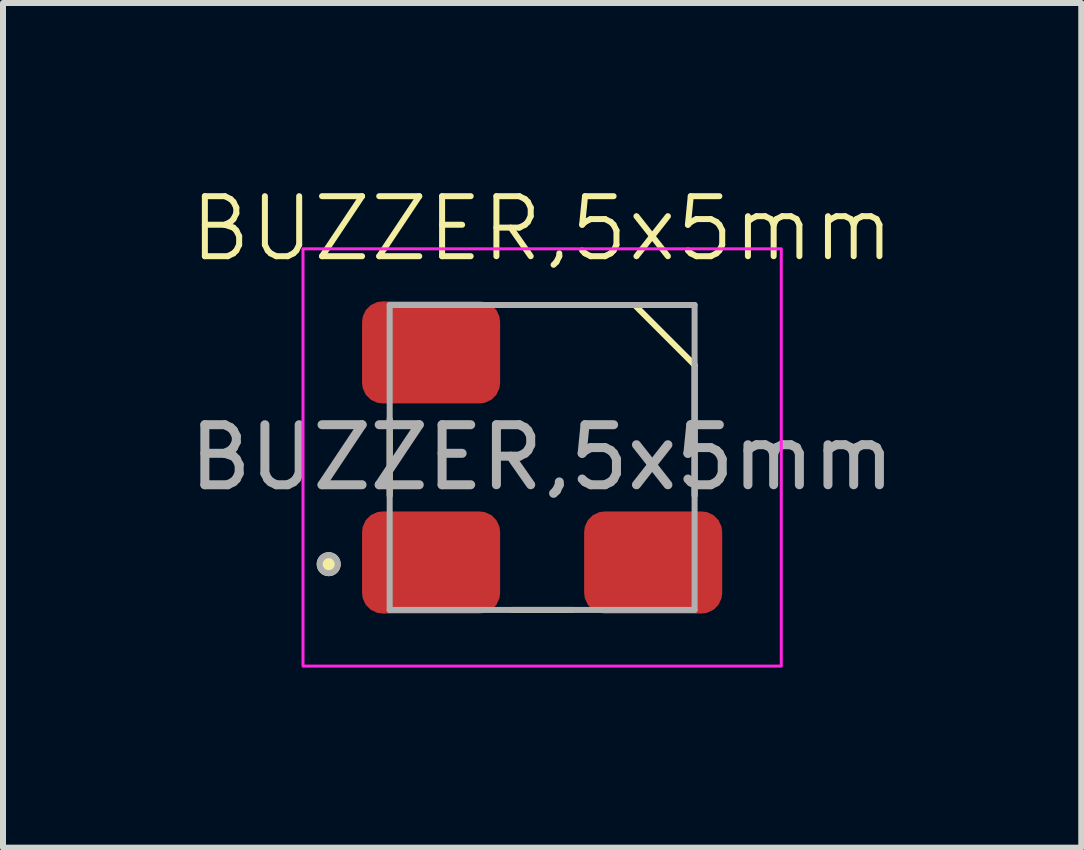
<source format=kicad_pcb>
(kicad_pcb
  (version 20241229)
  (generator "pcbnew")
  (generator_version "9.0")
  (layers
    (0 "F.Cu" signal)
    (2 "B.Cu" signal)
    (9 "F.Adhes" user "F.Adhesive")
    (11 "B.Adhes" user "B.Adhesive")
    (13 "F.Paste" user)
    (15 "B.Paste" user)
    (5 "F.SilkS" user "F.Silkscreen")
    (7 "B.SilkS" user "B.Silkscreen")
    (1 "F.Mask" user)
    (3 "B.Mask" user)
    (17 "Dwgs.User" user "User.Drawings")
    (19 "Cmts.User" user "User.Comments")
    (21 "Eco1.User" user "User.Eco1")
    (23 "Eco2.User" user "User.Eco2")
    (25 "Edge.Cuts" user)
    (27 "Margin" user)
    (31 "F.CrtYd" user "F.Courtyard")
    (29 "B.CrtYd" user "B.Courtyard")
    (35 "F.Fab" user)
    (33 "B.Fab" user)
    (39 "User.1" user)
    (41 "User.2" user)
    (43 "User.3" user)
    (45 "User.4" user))
  (footprint "BUZZER,5x5mm"
    (layer "F.Cu")
    (at 5.982 4.571)
    (property "Reference" "BUZZER,5x5mm" (at 0 -3.81 0) (unlocked yes) (layer "F.SilkS") (effects (font (size 1 1) (thickness 0.1))))
    (attr smd)
    (fp_line (start -2.54 0.635) (end -2.54 -0.635) (stroke (width 0.1) (type default)) (layer "F.SilkS"))
    (fp_line (start -0.508 -2.54) (end 1.54 -2.54) (stroke (width 0.1) (type default)) (layer "F.SilkS"))
    (fp_line (start 0.508 2.54) (end -0.508 2.54) (stroke (width 0.1) (type default)) (layer "F.SilkS"))
    (fp_line (start 2.54 -1.54) (end 1.54 -2.54) (stroke (width 0.1) (type default)) (layer "F.SilkS"))
    (fp_line (start 2.54 0.635) (end 2.54 -1.54) (stroke (width 0.1) (type default)) (layer "F.SilkS"))
    (fp_circle (center -3.556 1.778) (end -3.406 1.778) (stroke (width 0.1) (type solid)) (fill yes) (layer "F.SilkS"))
    (fp_rect (start -3.984 -3.476) (end 3.984 3.476) (stroke (width 0.05) (type default)) (fill no) (layer "F.CrtYd"))
    (fp_line (start -2.54 -2.54) (end 2.54 -2.54) (stroke (width 0.1) (type default)) (layer "F.Fab"))
    (fp_line (start -2.54 2.54) (end -2.54 -2.54) (stroke (width 0.1) (type default)) (layer "F.Fab"))
    (fp_line (start 2.54 2.54) (end -2.54 2.54) (stroke (width 0.1) (type default)) (layer "F.Fab"))
    (fp_line (start 2.54 2.54) (end 2.54 -2.54) (stroke (width 0.1) (type default)) (layer "F.Fab"))
    (fp_circle (center -3.556 1.778) (end -3.406 1.778) (stroke (width 0.1) (type solid)) (fill no) (layer "F.Fab"))
    (fp_text user "${REFERENCE}" (at 0 0 0) (unlocked yes) (layer "F.Fab") (effects (font (size 1 1) (thickness 0.15))))
    (pad "" smd roundrect (at -1.85 -1.75 180) (size 2.3 1.7) (layers "F.Cu" "F.Mask" "F.Paste") (roundrect_rratio 0.2))
    (pad "1" smd roundrect (at -1.85 1.75 180) (size 2.3 1.7) (layers "F.Cu" "F.Mask" "F.Paste") (roundrect_rratio 0.2))
    (pad "2" smd roundrect (at 1.85 1.75 180) (size 2.3 1.7) (layers "F.Cu" "F.Mask" "F.Paste") (roundrect_rratio 0.2)))
  (gr_rect
    (start -3 -3)
    (end 14.964 11.072)
    (stroke (width 0.1) (type default))
    (fill no)
    (layer "Edge.Cuts")))
</source>
